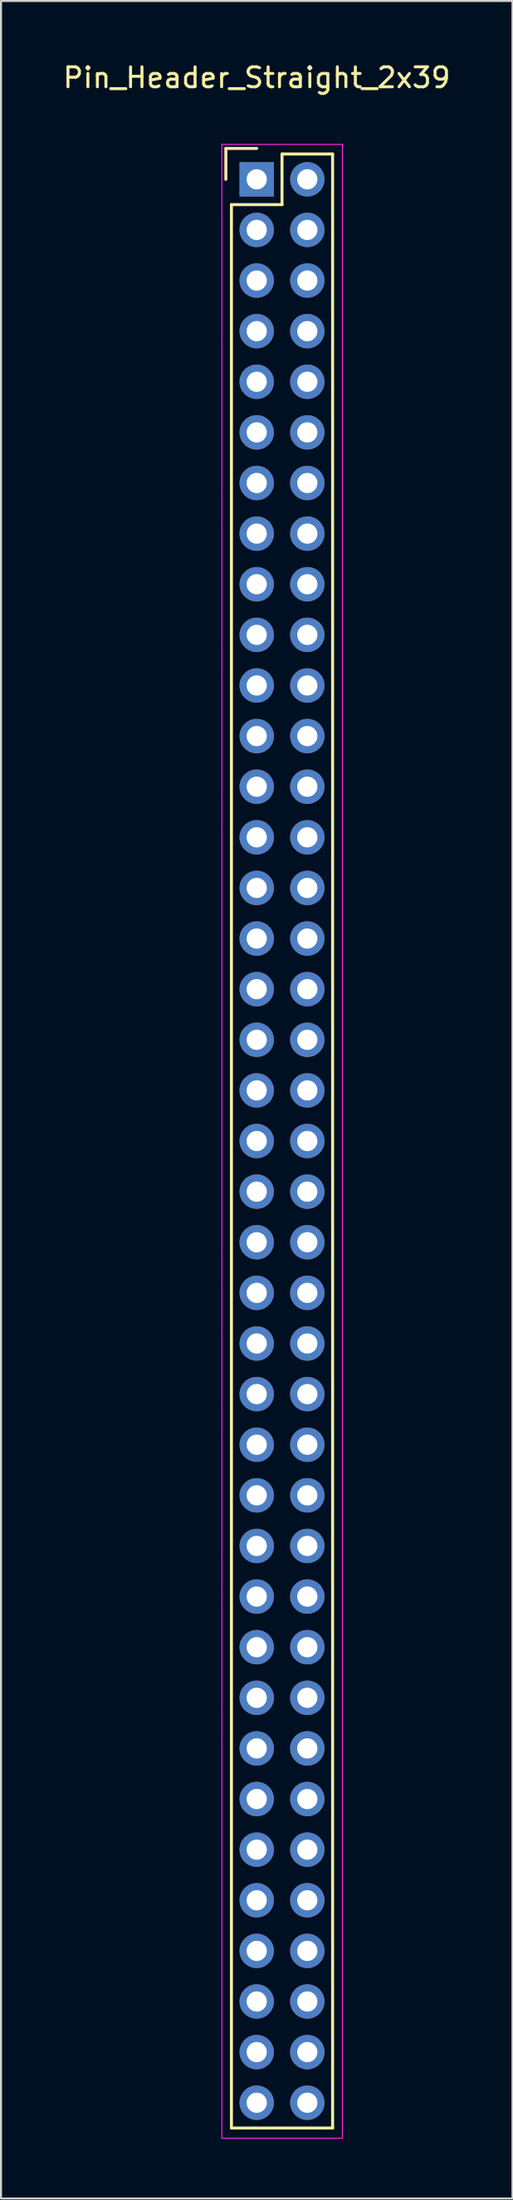
<source format=kicad_pcb>
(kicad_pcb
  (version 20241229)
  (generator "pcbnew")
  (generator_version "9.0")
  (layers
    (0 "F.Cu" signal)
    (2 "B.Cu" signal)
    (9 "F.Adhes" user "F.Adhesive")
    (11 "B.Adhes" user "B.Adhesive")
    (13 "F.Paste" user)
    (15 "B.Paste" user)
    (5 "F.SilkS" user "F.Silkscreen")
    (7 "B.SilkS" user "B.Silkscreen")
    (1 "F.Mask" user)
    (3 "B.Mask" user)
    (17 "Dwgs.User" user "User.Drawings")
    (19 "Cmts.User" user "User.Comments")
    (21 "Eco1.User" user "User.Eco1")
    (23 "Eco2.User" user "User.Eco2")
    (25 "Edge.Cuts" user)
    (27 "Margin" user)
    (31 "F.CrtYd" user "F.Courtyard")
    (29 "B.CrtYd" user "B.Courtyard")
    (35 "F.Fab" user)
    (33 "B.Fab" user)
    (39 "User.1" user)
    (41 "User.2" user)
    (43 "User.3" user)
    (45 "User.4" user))
  (footprint "Pin_Header_Straight_2x39"
    (layer "F.Cu")
    (at 9.839 5.948)
    (property "Reference" "Pin_Header_Straight_2x39" (at 0 -5.1 0) (layer "F.SilkS") (effects (font (size 1 1) (thickness 0.15))))
    (attr through_hole)
    (fp_line (start -1.55 -1.55) (end -1.55 0) (stroke (width 0.15) (type solid)) (layer "F.SilkS"))
    (fp_line (start -1.27 97.79) (end -1.27 1.27) (stroke (width 0.15) (type solid)) (layer "F.SilkS"))
    (fp_line (start 0 -1.55) (end -1.55 -1.55) (stroke (width 0.15) (type solid)) (layer "F.SilkS"))
    (fp_line (start 1.27 -1.27) (end 1.27 1.27) (stroke (width 0.15) (type solid)) (layer "F.SilkS"))
    (fp_line (start 1.27 1.27) (end -1.27 1.27) (stroke (width 0.15) (type solid)) (layer "F.SilkS"))
    (fp_line (start 3.81 -1.27) (end 1.27 -1.27) (stroke (width 0.15) (type solid)) (layer "F.SilkS"))
    (fp_line (start 3.81 -1.27) (end 3.81 97.79) (stroke (width 0.15) (type solid)) (layer "F.SilkS"))
    (fp_line (start 3.81 97.79) (end -1.27 97.79) (stroke (width 0.15) (type solid)) (layer "F.SilkS"))
    (fp_line (start -1.75 -1.75) (end -1.75 98.3) (stroke (width 0.05) (type solid)) (layer "F.CrtYd"))
    (fp_line (start -1.75 -1.75) (end 4.3 -1.75) (stroke (width 0.05) (type solid)) (layer "F.CrtYd"))
    (fp_line (start -1.75 98.3) (end 4.3 98.3) (stroke (width 0.05) (type solid)) (layer "F.CrtYd"))
    (fp_line (start 4.3 -1.75) (end 4.3 98.3) (stroke (width 0.05) (type solid)) (layer "F.CrtYd"))
    (pad "1" thru_hole rect (at 0 0) (size 1.727 1.727) (drill 1.016) (layers "*.Cu" "*.Mask"))
    (pad "2" thru_hole oval (at 2.54 0) (size 1.727 1.727) (drill 1.016) (layers "*.Cu" "*.Mask"))
    (pad "3" thru_hole oval (at 0 2.54) (size 1.727 1.727) (drill 1.016) (layers "*.Cu" "*.Mask"))
    (pad "4" thru_hole oval (at 2.54 2.54) (size 1.727 1.727) (drill 1.016) (layers "*.Cu" "*.Mask"))
    (pad "5" thru_hole oval (at 0 5.08) (size 1.727 1.727) (drill 1.016) (layers "*.Cu" "*.Mask"))
    (pad "6" thru_hole oval (at 2.54 5.08) (size 1.727 1.727) (drill 1.016) (layers "*.Cu" "*.Mask"))
    (pad "7" thru_hole oval (at 0 7.62) (size 1.727 1.727) (drill 1.016) (layers "*.Cu" "*.Mask"))
    (pad "8" thru_hole oval (at 2.54 7.62) (size 1.727 1.727) (drill 1.016) (layers "*.Cu" "*.Mask"))
    (pad "9" thru_hole oval (at 0 10.16) (size 1.727 1.727) (drill 1.016) (layers "*.Cu" "*.Mask"))
    (pad "10" thru_hole oval (at 2.54 10.16) (size 1.727 1.727) (drill 1.016) (layers "*.Cu" "*.Mask"))
    (pad "11" thru_hole oval (at 0 12.7) (size 1.727 1.727) (drill 1.016) (layers "*.Cu" "*.Mask"))
    (pad "12" thru_hole oval (at 2.54 12.7) (size 1.727 1.727) (drill 1.016) (layers "*.Cu" "*.Mask"))
    (pad "13" thru_hole oval (at 0 15.24) (size 1.727 1.727) (drill 1.016) (layers "*.Cu" "*.Mask"))
    (pad "14" thru_hole oval (at 2.54 15.24) (size 1.727 1.727) (drill 1.016) (layers "*.Cu" "*.Mask"))
    (pad "15" thru_hole oval (at 0 17.78) (size 1.727 1.727) (drill 1.016) (layers "*.Cu" "*.Mask"))
    (pad "16" thru_hole oval (at 2.54 17.78) (size 1.727 1.727) (drill 1.016) (layers "*.Cu" "*.Mask"))
    (pad "17" thru_hole oval (at 0 20.32) (size 1.727 1.727) (drill 1.016) (layers "*.Cu" "*.Mask"))
    (pad "18" thru_hole oval (at 2.54 20.32) (size 1.727 1.727) (drill 1.016) (layers "*.Cu" "*.Mask"))
    (pad "19" thru_hole oval (at 0 22.86) (size 1.727 1.727) (drill 1.016) (layers "*.Cu" "*.Mask"))
    (pad "20" thru_hole oval (at 2.54 22.86) (size 1.727 1.727) (drill 1.016) (layers "*.Cu" "*.Mask"))
    (pad "21" thru_hole oval (at 0 25.4) (size 1.727 1.727) (drill 1.016) (layers "*.Cu" "*.Mask"))
    (pad "22" thru_hole oval (at 2.54 25.4) (size 1.727 1.727) (drill 1.016) (layers "*.Cu" "*.Mask"))
    (pad "23" thru_hole oval (at 0 27.94) (size 1.727 1.727) (drill 1.016) (layers "*.Cu" "*.Mask"))
    (pad "24" thru_hole oval (at 2.54 27.94) (size 1.727 1.727) (drill 1.016) (layers "*.Cu" "*.Mask"))
    (pad "25" thru_hole oval (at 0 30.48) (size 1.727 1.727) (drill 1.016) (layers "*.Cu" "*.Mask"))
    (pad "26" thru_hole oval (at 2.54 30.48) (size 1.727 1.727) (drill 1.016) (layers "*.Cu" "*.Mask"))
    (pad "27" thru_hole oval (at 0 33.02) (size 1.727 1.727) (drill 1.016) (layers "*.Cu" "*.Mask"))
    (pad "28" thru_hole oval (at 2.54 33.02) (size 1.727 1.727) (drill 1.016) (layers "*.Cu" "*.Mask"))
    (pad "29" thru_hole oval (at 0 35.56) (size 1.727 1.727) (drill 1.016) (layers "*.Cu" "*.Mask"))
    (pad "30" thru_hole oval (at 2.54 35.56) (size 1.727 1.727) (drill 1.016) (layers "*.Cu" "*.Mask"))
    (pad "31" thru_hole oval (at 0 38.1) (size 1.727 1.727) (drill 1.016) (layers "*.Cu" "*.Mask"))
    (pad "32" thru_hole oval (at 2.54 38.1) (size 1.727 1.727) (drill 1.016) (layers "*.Cu" "*.Mask"))
    (pad "33" thru_hole oval (at 0 40.64) (size 1.727 1.727) (drill 1.016) (layers "*.Cu" "*.Mask"))
    (pad "34" thru_hole oval (at 2.54 40.64) (size 1.727 1.727) (drill 1.016) (layers "*.Cu" "*.Mask"))
    (pad "35" thru_hole oval (at 0 43.18) (size 1.727 1.727) (drill 1.016) (layers "*.Cu" "*.Mask"))
    (pad "36" thru_hole oval (at 2.54 43.18) (size 1.727 1.727) (drill 1.016) (layers "*.Cu" "*.Mask"))
    (pad "37" thru_hole oval (at 0 45.72) (size 1.727 1.727) (drill 1.016) (layers "*.Cu" "*.Mask"))
    (pad "38" thru_hole oval (at 2.54 45.72) (size 1.727 1.727) (drill 1.016) (layers "*.Cu" "*.Mask"))
    (pad "39" thru_hole oval (at 0 48.26) (size 1.727 1.727) (drill 1.016) (layers "*.Cu" "*.Mask"))
    (pad "40" thru_hole oval (at 2.54 48.26) (size 1.727 1.727) (drill 1.016) (layers "*.Cu" "*.Mask"))
    (pad "41" thru_hole oval (at 0 50.8) (size 1.727 1.727) (drill 1.016) (layers "*.Cu" "*.Mask"))
    (pad "42" thru_hole oval (at 2.54 50.8) (size 1.727 1.727) (drill 1.016) (layers "*.Cu" "*.Mask"))
    (pad "43" thru_hole oval (at 0 53.34) (size 1.727 1.727) (drill 1.016) (layers "*.Cu" "*.Mask"))
    (pad "44" thru_hole oval (at 2.54 53.34) (size 1.727 1.727) (drill 1.016) (layers "*.Cu" "*.Mask"))
    (pad "45" thru_hole oval (at 0 55.88) (size 1.727 1.727) (drill 1.016) (layers "*.Cu" "*.Mask"))
    (pad "46" thru_hole oval (at 2.54 55.88) (size 1.727 1.727) (drill 1.016) (layers "*.Cu" "*.Mask"))
    (pad "47" thru_hole oval (at 0 58.42) (size 1.727 1.727) (drill 1.016) (layers "*.Cu" "*.Mask"))
    (pad "48" thru_hole oval (at 2.54 58.42) (size 1.727 1.727) (drill 1.016) (layers "*.Cu" "*.Mask"))
    (pad "49" thru_hole oval (at 0 60.96) (size 1.727 1.727) (drill 1.016) (layers "*.Cu" "*.Mask"))
    (pad "50" thru_hole oval (at 2.54 60.96) (size 1.727 1.727) (drill 1.016) (layers "*.Cu" "*.Mask"))
    (pad "51" thru_hole oval (at 0 63.5) (size 1.727 1.727) (drill 1.016) (layers "*.Cu" "*.Mask"))
    (pad "52" thru_hole oval (at 2.54 63.5) (size 1.727 1.727) (drill 1.016) (layers "*.Cu" "*.Mask"))
    (pad "53" thru_hole oval (at 0 66.04) (size 1.727 1.727) (drill 1.016) (layers "*.Cu" "*.Mask"))
    (pad "54" thru_hole oval (at 2.54 66.04) (size 1.727 1.727) (drill 1.016) (layers "*.Cu" "*.Mask"))
    (pad "55" thru_hole oval (at 0 68.58) (size 1.727 1.727) (drill 1.016) (layers "*.Cu" "*.Mask"))
    (pad "56" thru_hole oval (at 2.54 68.58) (size 1.727 1.727) (drill 1.016) (layers "*.Cu" "*.Mask"))
    (pad "57" thru_hole oval (at 0 71.12) (size 1.727 1.727) (drill 1.016) (layers "*.Cu" "*.Mask"))
    (pad "58" thru_hole oval (at 2.54 71.12) (size 1.727 1.727) (drill 1.016) (layers "*.Cu" "*.Mask"))
    (pad "59" thru_hole oval (at 0 73.66) (size 1.727 1.727) (drill 1.016) (layers "*.Cu" "*.Mask"))
    (pad "60" thru_hole oval (at 2.54 73.66) (size 1.727 1.727) (drill 1.016) (layers "*.Cu" "*.Mask"))
    (pad "61" thru_hole oval (at 0 76.2) (size 1.727 1.727) (drill 1.016) (layers "*.Cu" "*.Mask"))
    (pad "62" thru_hole oval (at 2.54 76.2) (size 1.727 1.727) (drill 1.016) (layers "*.Cu" "*.Mask"))
    (pad "63" thru_hole oval (at 0 78.74) (size 1.727 1.727) (drill 1.016) (layers "*.Cu" "*.Mask"))
    (pad "64" thru_hole oval (at 2.54 78.74) (size 1.727 1.727) (drill 1.016) (layers "*.Cu" "*.Mask"))
    (pad "65" thru_hole oval (at 0 81.28) (size 1.727 1.727) (drill 1.016) (layers "*.Cu" "*.Mask"))
    (pad "66" thru_hole oval (at 2.54 81.28) (size 1.727 1.727) (drill 1.016) (layers "*.Cu" "*.Mask"))
    (pad "67" thru_hole oval (at 0 83.82) (size 1.727 1.727) (drill 1.016) (layers "*.Cu" "*.Mask"))
    (pad "68" thru_hole oval (at 2.54 83.82) (size 1.727 1.727) (drill 1.016) (layers "*.Cu" "*.Mask"))
    (pad "69" thru_hole oval (at 0 86.36) (size 1.727 1.727) (drill 1.016) (layers "*.Cu" "*.Mask"))
    (pad "70" thru_hole oval (at 2.54 86.36) (size 1.727 1.727) (drill 1.016) (layers "*.Cu" "*.Mask"))
    (pad "71" thru_hole oval (at 0 88.9) (size 1.727 1.727) (drill 1.016) (layers "*.Cu" "*.Mask"))
    (pad "72" thru_hole oval (at 2.54 88.9) (size 1.727 1.727) (drill 1.016) (layers "*.Cu" "*.Mask"))
    (pad "73" thru_hole oval (at 0 91.44) (size 1.727 1.727) (drill 1.016) (layers "*.Cu" "*.Mask"))
    (pad "74" thru_hole oval (at 2.54 91.44) (size 1.727 1.727) (drill 1.016) (layers "*.Cu" "*.Mask"))
    (pad "75" thru_hole oval (at 0 93.98) (size 1.727 1.727) (drill 1.016) (layers "*.Cu" "*.Mask"))
    (pad "76" thru_hole oval (at 2.54 93.98) (size 1.727 1.727) (drill 1.016) (layers "*.Cu" "*.Mask"))
    (pad "77" thru_hole oval (at 0 96.52) (size 1.727 1.727) (drill 1.016) (layers "*.Cu" "*.Mask"))
    (pad "78" thru_hole oval (at 2.54 96.52) (size 1.727 1.727) (drill 1.016) (layers "*.Cu" "*.Mask")))
  (gr_rect
    (start -3 -3)
    (end 22.679 107.273)
    (stroke (width 0.1) (type default))
    (fill no)
    (layer "Edge.Cuts")))
</source>
